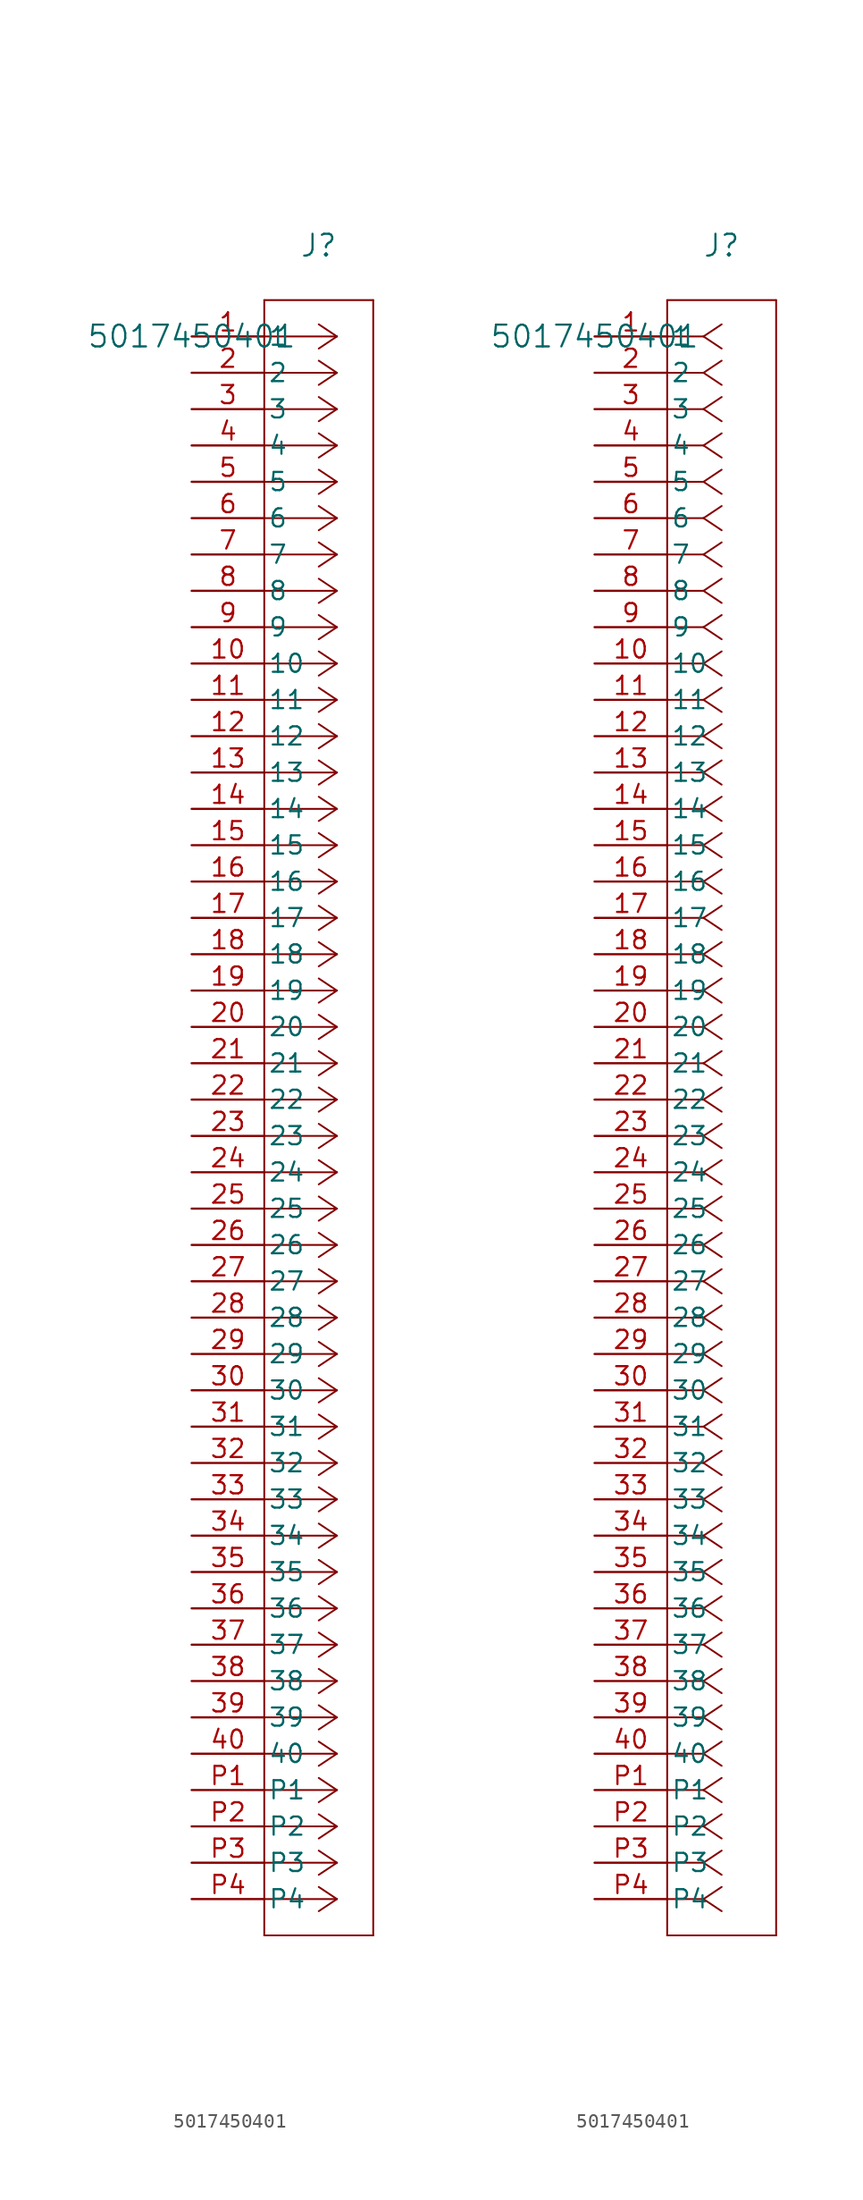
<source format=kicad_sym>
(kicad_symbol_lib
  (version 20211014)
  (generator kicad_symbol_editor)
  (symbol "5017450401"
    (pin_names
      (offset 0.254))
    (property "Reference" "J"
      (at 8.89 6.35 0)
      (effects (font (size 1.524 1.524))))
    (property "Value" "5017450401"
      (at 0 0 0)
      (effects (font (size 1.524 1.524))))
    (symbol "5017450401_1_1"
      (polyline (pts (xy 10.16 0) (xy 5.08 0)) (stroke (width 0.127) (type default) (color 0 0 0 0)) (fill (type none)))
      (polyline (pts (xy 10.16 -2.54) (xy 5.08 -2.54)) (stroke (width 0.127) (type default) (color 0 0 0 0)) (fill (type none)))
      (polyline (pts (xy 10.16 -5.08) (xy 5.08 -5.08)) (stroke (width 0.127) (type default) (color 0 0 0 0)) (fill (type none)))
      (polyline (pts (xy 10.16 -7.62) (xy 5.08 -7.62)) (stroke (width 0.127) (type default) (color 0 0 0 0)) (fill (type none)))
      (polyline (pts (xy 10.16 -10.16) (xy 5.08 -10.16)) (stroke (width 0.127) (type default) (color 0 0 0 0)) (fill (type none)))
      (polyline (pts (xy 10.16 -12.7) (xy 5.08 -12.7)) (stroke (width 0.127) (type default) (color 0 0 0 0)) (fill (type none)))
      (polyline (pts (xy 10.16 -15.24) (xy 5.08 -15.24)) (stroke (width 0.127) (type default) (color 0 0 0 0)) (fill (type none)))
      (polyline (pts (xy 10.16 -17.78) (xy 5.08 -17.78)) (stroke (width 0.127) (type default) (color 0 0 0 0)) (fill (type none)))
      (polyline (pts (xy 10.16 -20.32) (xy 5.08 -20.32)) (stroke (width 0.127) (type default) (color 0 0 0 0)) (fill (type none)))
      (polyline (pts (xy 10.16 -22.86) (xy 5.08 -22.86)) (stroke (width 0.127) (type default) (color 0 0 0 0)) (fill (type none)))
      (polyline (pts (xy 10.16 -25.4) (xy 5.08 -25.4)) (stroke (width 0.127) (type default) (color 0 0 0 0)) (fill (type none)))
      (polyline (pts (xy 10.16 -27.94) (xy 5.08 -27.94)) (stroke (width 0.127) (type default) (color 0 0 0 0)) (fill (type none)))
      (polyline (pts (xy 10.16 -30.48) (xy 5.08 -30.48)) (stroke (width 0.127) (type default) (color 0 0 0 0)) (fill (type none)))
      (polyline (pts (xy 10.16 -33.02) (xy 5.08 -33.02)) (stroke (width 0.127) (type default) (color 0 0 0 0)) (fill (type none)))
      (polyline (pts (xy 10.16 -35.56) (xy 5.08 -35.56)) (stroke (width 0.127) (type default) (color 0 0 0 0)) (fill (type none)))
      (polyline (pts (xy 10.16 -38.1) (xy 5.08 -38.1)) (stroke (width 0.127) (type default) (color 0 0 0 0)) (fill (type none)))
      (polyline (pts (xy 10.16 -40.64) (xy 5.08 -40.64)) (stroke (width 0.127) (type default) (color 0 0 0 0)) (fill (type none)))
      (polyline (pts (xy 10.16 -43.18) (xy 5.08 -43.18)) (stroke (width 0.127) (type default) (color 0 0 0 0)) (fill (type none)))
      (polyline (pts (xy 10.16 -45.72) (xy 5.08 -45.72)) (stroke (width 0.127) (type default) (color 0 0 0 0)) (fill (type none)))
      (polyline (pts (xy 10.16 -48.26) (xy 5.08 -48.26)) (stroke (width 0.127) (type default) (color 0 0 0 0)) (fill (type none)))
      (polyline (pts (xy 10.16 -50.8) (xy 5.08 -50.8)) (stroke (width 0.127) (type default) (color 0 0 0 0)) (fill (type none)))
      (polyline (pts (xy 10.16 -53.34) (xy 5.08 -53.34)) (stroke (width 0.127) (type default) (color 0 0 0 0)) (fill (type none)))
      (polyline (pts (xy 10.16 -55.88) (xy 5.08 -55.88)) (stroke (width 0.127) (type default) (color 0 0 0 0)) (fill (type none)))
      (polyline (pts (xy 10.16 -58.42) (xy 5.08 -58.42)) (stroke (width 0.127) (type default) (color 0 0 0 0)) (fill (type none)))
      (polyline (pts (xy 10.16 -60.96) (xy 5.08 -60.96)) (stroke (width 0.127) (type default) (color 0 0 0 0)) (fill (type none)))
      (polyline (pts (xy 10.16 -63.5) (xy 5.08 -63.5)) (stroke (width 0.127) (type default) (color 0 0 0 0)) (fill (type none)))
      (polyline (pts (xy 10.16 -66.04) (xy 5.08 -66.04)) (stroke (width 0.127) (type default) (color 0 0 0 0)) (fill (type none)))
      (polyline (pts (xy 10.16 -68.58) (xy 5.08 -68.58)) (stroke (width 0.127) (type default) (color 0 0 0 0)) (fill (type none)))
      (polyline (pts (xy 10.16 -71.12) (xy 5.08 -71.12)) (stroke (width 0.127) (type default) (color 0 0 0 0)) (fill (type none)))
      (polyline (pts (xy 10.16 -73.66) (xy 5.08 -73.66)) (stroke (width 0.127) (type default) (color 0 0 0 0)) (fill (type none)))
      (polyline (pts (xy 10.16 -76.2) (xy 5.08 -76.2)) (stroke (width 0.127) (type default) (color 0 0 0 0)) (fill (type none)))
      (polyline (pts (xy 10.16 -78.74) (xy 5.08 -78.74)) (stroke (width 0.127) (type default) (color 0 0 0 0)) (fill (type none)))
      (polyline (pts (xy 10.16 -81.28) (xy 5.08 -81.28)) (stroke (width 0.127) (type default) (color 0 0 0 0)) (fill (type none)))
      (polyline (pts (xy 10.16 -83.82) (xy 5.08 -83.82)) (stroke (width 0.127) (type default) (color 0 0 0 0)) (fill (type none)))
      (polyline (pts (xy 10.16 -86.36) (xy 5.08 -86.36)) (stroke (width 0.127) (type default) (color 0 0 0 0)) (fill (type none)))
      (polyline (pts (xy 10.16 -88.9) (xy 5.08 -88.9)) (stroke (width 0.127) (type default) (color 0 0 0 0)) (fill (type none)))
      (polyline (pts (xy 10.16 -91.44) (xy 5.08 -91.44)) (stroke (width 0.127) (type default) (color 0 0 0 0)) (fill (type none)))
      (polyline (pts (xy 10.16 -93.98) (xy 5.08 -93.98)) (stroke (width 0.127) (type default) (color 0 0 0 0)) (fill (type none)))
      (polyline (pts (xy 10.16 -96.52) (xy 5.08 -96.52)) (stroke (width 0.127) (type default) (color 0 0 0 0)) (fill (type none)))
      (polyline (pts (xy 10.16 -99.06) (xy 5.08 -99.06)) (stroke (width 0.127) (type default) (color 0 0 0 0)) (fill (type none)))
      (polyline (pts (xy 10.16 -101.6) (xy 5.08 -101.6)) (stroke (width 0.127) (type default) (color 0 0 0 0)) (fill (type none)))
      (polyline (pts (xy 10.16 -104.14) (xy 5.08 -104.14)) (stroke (width 0.127) (type default) (color 0 0 0 0)) (fill (type none)))
      (polyline (pts (xy 10.16 -106.68) (xy 5.08 -106.68)) (stroke (width 0.127) (type default) (color 0 0 0 0)) (fill (type none)))
      (polyline (pts (xy 10.16 -109.22) (xy 5.08 -109.22)) (stroke (width 0.127) (type default) (color 0 0 0 0)) (fill (type none)))
      (polyline (pts (xy 10.16 0) (xy 8.89 0.847)) (stroke (width 0.127) (type default) (color 0 0 0 0)) (fill (type none)))
      (polyline (pts (xy 10.16 -2.54) (xy 8.89 -1.693)) (stroke (width 0.127) (type default) (color 0 0 0 0)) (fill (type none)))
      (polyline (pts (xy 10.16 -5.08) (xy 8.89 -4.233)) (stroke (width 0.127) (type default) (color 0 0 0 0)) (fill (type none)))
      (polyline (pts (xy 10.16 -7.62) (xy 8.89 -6.773)) (stroke (width 0.127) (type default) (color 0 0 0 0)) (fill (type none)))
      (polyline (pts (xy 10.16 -10.16) (xy 8.89 -9.313)) (stroke (width 0.127) (type default) (color 0 0 0 0)) (fill (type none)))
      (polyline (pts (xy 10.16 -12.7) (xy 8.89 -11.853)) (stroke (width 0.127) (type default) (color 0 0 0 0)) (fill (type none)))
      (polyline (pts (xy 10.16 -15.24) (xy 8.89 -14.393)) (stroke (width 0.127) (type default) (color 0 0 0 0)) (fill (type none)))
      (polyline (pts (xy 10.16 -17.78) (xy 8.89 -16.933)) (stroke (width 0.127) (type default) (color 0 0 0 0)) (fill (type none)))
      (polyline (pts (xy 10.16 -20.32) (xy 8.89 -19.473)) (stroke (width 0.127) (type default) (color 0 0 0 0)) (fill (type none)))
      (polyline (pts (xy 10.16 -22.86) (xy 8.89 -22.013)) (stroke (width 0.127) (type default) (color 0 0 0 0)) (fill (type none)))
      (polyline (pts (xy 10.16 -25.4) (xy 8.89 -24.553)) (stroke (width 0.127) (type default) (color 0 0 0 0)) (fill (type none)))
      (polyline (pts (xy 10.16 -27.94) (xy 8.89 -27.093)) (stroke (width 0.127) (type default) (color 0 0 0 0)) (fill (type none)))
      (polyline (pts (xy 10.16 -30.48) (xy 8.89 -29.633)) (stroke (width 0.127) (type default) (color 0 0 0 0)) (fill (type none)))
      (polyline (pts (xy 10.16 -33.02) (xy 8.89 -32.173)) (stroke (width 0.127) (type default) (color 0 0 0 0)) (fill (type none)))
      (polyline (pts (xy 10.16 -35.56) (xy 8.89 -34.713)) (stroke (width 0.127) (type default) (color 0 0 0 0)) (fill (type none)))
      (polyline (pts (xy 10.16 -38.1) (xy 8.89 -37.253)) (stroke (width 0.127) (type default) (color 0 0 0 0)) (fill (type none)))
      (polyline (pts (xy 10.16 -40.64) (xy 8.89 -39.793)) (stroke (width 0.127) (type default) (color 0 0 0 0)) (fill (type none)))
      (polyline (pts (xy 10.16 -43.18) (xy 8.89 -42.333)) (stroke (width 0.127) (type default) (color 0 0 0 0)) (fill (type none)))
      (polyline (pts (xy 10.16 -45.72) (xy 8.89 -44.873)) (stroke (width 0.127) (type default) (color 0 0 0 0)) (fill (type none)))
      (polyline (pts (xy 10.16 -48.26) (xy 8.89 -47.413)) (stroke (width 0.127) (type default) (color 0 0 0 0)) (fill (type none)))
      (polyline (pts (xy 10.16 -50.8) (xy 8.89 -49.953)) (stroke (width 0.127) (type default) (color 0 0 0 0)) (fill (type none)))
      (polyline (pts (xy 10.16 -53.34) (xy 8.89 -52.493)) (stroke (width 0.127) (type default) (color 0 0 0 0)) (fill (type none)))
      (polyline (pts (xy 10.16 -55.88) (xy 8.89 -55.033)) (stroke (width 0.127) (type default) (color 0 0 0 0)) (fill (type none)))
      (polyline (pts (xy 10.16 -58.42) (xy 8.89 -57.573)) (stroke (width 0.127) (type default) (color 0 0 0 0)) (fill (type none)))
      (polyline (pts (xy 10.16 -60.96) (xy 8.89 -60.113)) (stroke (width 0.127) (type default) (color 0 0 0 0)) (fill (type none)))
      (polyline (pts (xy 10.16 -63.5) (xy 8.89 -62.653)) (stroke (width 0.127) (type default) (color 0 0 0 0)) (fill (type none)))
      (polyline (pts (xy 10.16 -66.04) (xy 8.89 -65.193)) (stroke (width 0.127) (type default) (color 0 0 0 0)) (fill (type none)))
      (polyline (pts (xy 10.16 -68.58) (xy 8.89 -67.733)) (stroke (width 0.127) (type default) (color 0 0 0 0)) (fill (type none)))
      (polyline (pts (xy 10.16 -71.12) (xy 8.89 -70.273)) (stroke (width 0.127) (type default) (color 0 0 0 0)) (fill (type none)))
      (polyline (pts (xy 10.16 -73.66) (xy 8.89 -72.813)) (stroke (width 0.127) (type default) (color 0 0 0 0)) (fill (type none)))
      (polyline (pts (xy 10.16 -76.2) (xy 8.89 -75.353)) (stroke (width 0.127) (type default) (color 0 0 0 0)) (fill (type none)))
      (polyline (pts (xy 10.16 -78.74) (xy 8.89 -77.893)) (stroke (width 0.127) (type default) (color 0 0 0 0)) (fill (type none)))
      (polyline (pts (xy 10.16 -81.28) (xy 8.89 -80.433)) (stroke (width 0.127) (type default) (color 0 0 0 0)) (fill (type none)))
      (polyline (pts (xy 10.16 -83.82) (xy 8.89 -82.973)) (stroke (width 0.127) (type default) (color 0 0 0 0)) (fill (type none)))
      (polyline (pts (xy 10.16 -86.36) (xy 8.89 -85.513)) (stroke (width 0.127) (type default) (color 0 0 0 0)) (fill (type none)))
      (polyline (pts (xy 10.16 -88.9) (xy 8.89 -88.053)) (stroke (width 0.127) (type default) (color 0 0 0 0)) (fill (type none)))
      (polyline (pts (xy 10.16 -91.44) (xy 8.89 -90.593)) (stroke (width 0.127) (type default) (color 0 0 0 0)) (fill (type none)))
      (polyline (pts (xy 10.16 -93.98) (xy 8.89 -93.133)) (stroke (width 0.127) (type default) (color 0 0 0 0)) (fill (type none)))
      (polyline (pts (xy 10.16 -96.52) (xy 8.89 -95.673)) (stroke (width 0.127) (type default) (color 0 0 0 0)) (fill (type none)))
      (polyline (pts (xy 10.16 -99.06) (xy 8.89 -98.213)) (stroke (width 0.127) (type default) (color 0 0 0 0)) (fill (type none)))
      (polyline (pts (xy 10.16 -101.6) (xy 8.89 -100.753)) (stroke (width 0.127) (type default) (color 0 0 0 0)) (fill (type none)))
      (polyline (pts (xy 10.16 -104.14) (xy 8.89 -103.293)) (stroke (width 0.127) (type default) (color 0 0 0 0)) (fill (type none)))
      (polyline (pts (xy 10.16 -106.68) (xy 8.89 -105.833)) (stroke (width 0.127) (type default) (color 0 0 0 0)) (fill (type none)))
      (polyline (pts (xy 10.16 -109.22) (xy 8.89 -108.373)) (stroke (width 0.127) (type default) (color 0 0 0 0)) (fill (type none)))
      (polyline (pts (xy 10.16 0) (xy 8.89 -0.847)) (stroke (width 0.127) (type default) (color 0 0 0 0)) (fill (type none)))
      (polyline (pts (xy 10.16 -2.54) (xy 8.89 -3.387)) (stroke (width 0.127) (type default) (color 0 0 0 0)) (fill (type none)))
      (polyline (pts (xy 10.16 -5.08) (xy 8.89 -5.927)) (stroke (width 0.127) (type default) (color 0 0 0 0)) (fill (type none)))
      (polyline (pts (xy 10.16 -7.62) (xy 8.89 -8.467)) (stroke (width 0.127) (type default) (color 0 0 0 0)) (fill (type none)))
      (polyline (pts (xy 10.16 -10.16) (xy 8.89 -11.007)) (stroke (width 0.127) (type default) (color 0 0 0 0)) (fill (type none)))
      (polyline (pts (xy 10.16 -12.7) (xy 8.89 -13.547)) (stroke (width 0.127) (type default) (color 0 0 0 0)) (fill (type none)))
      (polyline (pts (xy 10.16 -15.24) (xy 8.89 -16.087)) (stroke (width 0.127) (type default) (color 0 0 0 0)) (fill (type none)))
      (polyline (pts (xy 10.16 -17.78) (xy 8.89 -18.627)) (stroke (width 0.127) (type default) (color 0 0 0 0)) (fill (type none)))
      (polyline (pts (xy 10.16 -20.32) (xy 8.89 -21.167)) (stroke (width 0.127) (type default) (color 0 0 0 0)) (fill (type none)))
      (polyline (pts (xy 10.16 -22.86) (xy 8.89 -23.707)) (stroke (width 0.127) (type default) (color 0 0 0 0)) (fill (type none)))
      (polyline (pts (xy 10.16 -25.4) (xy 8.89 -26.247)) (stroke (width 0.127) (type default) (color 0 0 0 0)) (fill (type none)))
      (polyline (pts (xy 10.16 -27.94) (xy 8.89 -28.787)) (stroke (width 0.127) (type default) (color 0 0 0 0)) (fill (type none)))
      (polyline (pts (xy 10.16 -30.48) (xy 8.89 -31.327)) (stroke (width 0.127) (type default) (color 0 0 0 0)) (fill (type none)))
      (polyline (pts (xy 10.16 -33.02) (xy 8.89 -33.867)) (stroke (width 0.127) (type default) (color 0 0 0 0)) (fill (type none)))
      (polyline (pts (xy 10.16 -35.56) (xy 8.89 -36.407)) (stroke (width 0.127) (type default) (color 0 0 0 0)) (fill (type none)))
      (polyline (pts (xy 10.16 -38.1) (xy 8.89 -38.947)) (stroke (width 0.127) (type default) (color 0 0 0 0)) (fill (type none)))
      (polyline (pts (xy 10.16 -40.64) (xy 8.89 -41.487)) (stroke (width 0.127) (type default) (color 0 0 0 0)) (fill (type none)))
      (polyline (pts (xy 10.16 -43.18) (xy 8.89 -44.027)) (stroke (width 0.127) (type default) (color 0 0 0 0)) (fill (type none)))
      (polyline (pts (xy 10.16 -45.72) (xy 8.89 -46.567)) (stroke (width 0.127) (type default) (color 0 0 0 0)) (fill (type none)))
      (polyline (pts (xy 10.16 -48.26) (xy 8.89 -49.107)) (stroke (width 0.127) (type default) (color 0 0 0 0)) (fill (type none)))
      (polyline (pts (xy 10.16 -50.8) (xy 8.89 -51.647)) (stroke (width 0.127) (type default) (color 0 0 0 0)) (fill (type none)))
      (polyline (pts (xy 10.16 -53.34) (xy 8.89 -54.187)) (stroke (width 0.127) (type default) (color 0 0 0 0)) (fill (type none)))
      (polyline (pts (xy 10.16 -55.88) (xy 8.89 -56.727)) (stroke (width 0.127) (type default) (color 0 0 0 0)) (fill (type none)))
      (polyline (pts (xy 10.16 -58.42) (xy 8.89 -59.267)) (stroke (width 0.127) (type default) (color 0 0 0 0)) (fill (type none)))
      (polyline (pts (xy 10.16 -60.96) (xy 8.89 -61.807)) (stroke (width 0.127) (type default) (color 0 0 0 0)) (fill (type none)))
      (polyline (pts (xy 10.16 -63.5) (xy 8.89 -64.347)) (stroke (width 0.127) (type default) (color 0 0 0 0)) (fill (type none)))
      (polyline (pts (xy 10.16 -66.04) (xy 8.89 -66.887)) (stroke (width 0.127) (type default) (color 0 0 0 0)) (fill (type none)))
      (polyline (pts (xy 10.16 -68.58) (xy 8.89 -69.427)) (stroke (width 0.127) (type default) (color 0 0 0 0)) (fill (type none)))
      (polyline (pts (xy 10.16 -71.12) (xy 8.89 -71.967)) (stroke (width 0.127) (type default) (color 0 0 0 0)) (fill (type none)))
      (polyline (pts (xy 10.16 -73.66) (xy 8.89 -74.507)) (stroke (width 0.127) (type default) (color 0 0 0 0)) (fill (type none)))
      (polyline (pts (xy 10.16 -76.2) (xy 8.89 -77.047)) (stroke (width 0.127) (type default) (color 0 0 0 0)) (fill (type none)))
      (polyline (pts (xy 10.16 -78.74) (xy 8.89 -79.587)) (stroke (width 0.127) (type default) (color 0 0 0 0)) (fill (type none)))
      (polyline (pts (xy 10.16 -81.28) (xy 8.89 -82.127)) (stroke (width 0.127) (type default) (color 0 0 0 0)) (fill (type none)))
      (polyline (pts (xy 10.16 -83.82) (xy 8.89 -84.667)) (stroke (width 0.127) (type default) (color 0 0 0 0)) (fill (type none)))
      (polyline (pts (xy 10.16 -86.36) (xy 8.89 -87.207)) (stroke (width 0.127) (type default) (color 0 0 0 0)) (fill (type none)))
      (polyline (pts (xy 10.16 -88.9) (xy 8.89 -89.747)) (stroke (width 0.127) (type default) (color 0 0 0 0)) (fill (type none)))
      (polyline (pts (xy 10.16 -91.44) (xy 8.89 -92.287)) (stroke (width 0.127) (type default) (color 0 0 0 0)) (fill (type none)))
      (polyline (pts (xy 10.16 -93.98) (xy 8.89 -94.827)) (stroke (width 0.127) (type default) (color 0 0 0 0)) (fill (type none)))
      (polyline (pts (xy 10.16 -96.52) (xy 8.89 -97.367)) (stroke (width 0.127) (type default) (color 0 0 0 0)) (fill (type none)))
      (polyline (pts (xy 10.16 -99.06) (xy 8.89 -99.907)) (stroke (width 0.127) (type default) (color 0 0 0 0)) (fill (type none)))
      (polyline (pts (xy 10.16 -101.6) (xy 8.89 -102.447)) (stroke (width 0.127) (type default) (color 0 0 0 0)) (fill (type none)))
      (polyline (pts (xy 10.16 -104.14) (xy 8.89 -104.987)) (stroke (width 0.127) (type default) (color 0 0 0 0)) (fill (type none)))
      (polyline (pts (xy 10.16 -106.68) (xy 8.89 -107.527)) (stroke (width 0.127) (type default) (color 0 0 0 0)) (fill (type none)))
      (polyline (pts (xy 10.16 -109.22) (xy 8.89 -110.067)) (stroke (width 0.127) (type default) (color 0 0 0 0)) (fill (type none)))
      (polyline (pts (xy 5.08 2.54) (xy 5.08 -111.76)) (stroke (width 0.127) (type default) (color 0 0 0 0)) (fill (type none)))
      (polyline (pts (xy 5.08 -111.76) (xy 12.7 -111.76)) (stroke (width 0.127) (type default) (color 0 0 0 0)) (fill (type none)))
      (polyline (pts (xy 12.7 -111.76) (xy 12.7 2.54)) (stroke (width 0.127) (type default) (color 0 0 0 0)) (fill (type none)))
      (polyline (pts (xy 12.7 2.54) (xy 5.08 2.54)) (stroke (width 0.127) (type default) (color 0 0 0 0)) (fill (type none)))
      (pin unspecified line (at 0 0 0) (length 5.08) (name "1" (effects (font (size 1.27 1.27)))) (number "1" (effects (font (size 1.27 1.27)))))
      (pin unspecified line (at 0 -2.54 0) (length 5.08) (name "2" (effects (font (size 1.27 1.27)))) (number "2" (effects (font (size 1.27 1.27)))))
      (pin unspecified line (at 0 -5.08 0) (length 5.08) (name "3" (effects (font (size 1.27 1.27)))) (number "3" (effects (font (size 1.27 1.27)))))
      (pin unspecified line (at 0 -7.62 0) (length 5.08) (name "4" (effects (font (size 1.27 1.27)))) (number "4" (effects (font (size 1.27 1.27)))))
      (pin unspecified line (at 0 -10.16 0) (length 5.08) (name "5" (effects (font (size 1.27 1.27)))) (number "5" (effects (font (size 1.27 1.27)))))
      (pin unspecified line (at 0 -12.7 0) (length 5.08) (name "6" (effects (font (size 1.27 1.27)))) (number "6" (effects (font (size 1.27 1.27)))))
      (pin unspecified line (at 0 -15.24 0) (length 5.08) (name "7" (effects (font (size 1.27 1.27)))) (number "7" (effects (font (size 1.27 1.27)))))
      (pin unspecified line (at 0 -17.78 0) (length 5.08) (name "8" (effects (font (size 1.27 1.27)))) (number "8" (effects (font (size 1.27 1.27)))))
      (pin unspecified line (at 0 -20.32 0) (length 5.08) (name "9" (effects (font (size 1.27 1.27)))) (number "9" (effects (font (size 1.27 1.27)))))
      (pin unspecified line (at 0 -22.86 0) (length 5.08) (name "10" (effects (font (size 1.27 1.27)))) (number "10" (effects (font (size 1.27 1.27)))))
      (pin unspecified line (at 0 -25.4 0) (length 5.08) (name "11" (effects (font (size 1.27 1.27)))) (number "11" (effects (font (size 1.27 1.27)))))
      (pin unspecified line (at 0 -27.94 0) (length 5.08) (name "12" (effects (font (size 1.27 1.27)))) (number "12" (effects (font (size 1.27 1.27)))))
      (pin unspecified line (at 0 -30.48 0) (length 5.08) (name "13" (effects (font (size 1.27 1.27)))) (number "13" (effects (font (size 1.27 1.27)))))
      (pin unspecified line (at 0 -33.02 0) (length 5.08) (name "14" (effects (font (size 1.27 1.27)))) (number "14" (effects (font (size 1.27 1.27)))))
      (pin unspecified line (at 0 -35.56 0) (length 5.08) (name "15" (effects (font (size 1.27 1.27)))) (number "15" (effects (font (size 1.27 1.27)))))
      (pin unspecified line (at 0 -38.1 0) (length 5.08) (name "16" (effects (font (size 1.27 1.27)))) (number "16" (effects (font (size 1.27 1.27)))))
      (pin unspecified line (at 0 -40.64 0) (length 5.08) (name "17" (effects (font (size 1.27 1.27)))) (number "17" (effects (font (size 1.27 1.27)))))
      (pin unspecified line (at 0 -43.18 0) (length 5.08) (name "18" (effects (font (size 1.27 1.27)))) (number "18" (effects (font (size 1.27 1.27)))))
      (pin unspecified line (at 0 -45.72 0) (length 5.08) (name "19" (effects (font (size 1.27 1.27)))) (number "19" (effects (font (size 1.27 1.27)))))
      (pin unspecified line (at 0 -48.26 0) (length 5.08) (name "20" (effects (font (size 1.27 1.27)))) (number "20" (effects (font (size 1.27 1.27)))))
      (pin unspecified line (at 0 -50.8 0) (length 5.08) (name "21" (effects (font (size 1.27 1.27)))) (number "21" (effects (font (size 1.27 1.27)))))
      (pin unspecified line (at 0 -53.34 0) (length 5.08) (name "22" (effects (font (size 1.27 1.27)))) (number "22" (effects (font (size 1.27 1.27)))))
      (pin unspecified line (at 0 -55.88 0) (length 5.08) (name "23" (effects (font (size 1.27 1.27)))) (number "23" (effects (font (size 1.27 1.27)))))
      (pin unspecified line (at 0 -58.42 0) (length 5.08) (name "24" (effects (font (size 1.27 1.27)))) (number "24" (effects (font (size 1.27 1.27)))))
      (pin unspecified line (at 0 -60.96 0) (length 5.08) (name "25" (effects (font (size 1.27 1.27)))) (number "25" (effects (font (size 1.27 1.27)))))
      (pin unspecified line (at 0 -63.5 0) (length 5.08) (name "26" (effects (font (size 1.27 1.27)))) (number "26" (effects (font (size 1.27 1.27)))))
      (pin unspecified line (at 0 -66.04 0) (length 5.08) (name "27" (effects (font (size 1.27 1.27)))) (number "27" (effects (font (size 1.27 1.27)))))
      (pin unspecified line (at 0 -68.58 0) (length 5.08) (name "28" (effects (font (size 1.27 1.27)))) (number "28" (effects (font (size 1.27 1.27)))))
      (pin unspecified line (at 0 -71.12 0) (length 5.08) (name "29" (effects (font (size 1.27 1.27)))) (number "29" (effects (font (size 1.27 1.27)))))
      (pin unspecified line (at 0 -73.66 0) (length 5.08) (name "30" (effects (font (size 1.27 1.27)))) (number "30" (effects (font (size 1.27 1.27)))))
      (pin unspecified line (at 0 -76.2 0) (length 5.08) (name "31" (effects (font (size 1.27 1.27)))) (number "31" (effects (font (size 1.27 1.27)))))
      (pin unspecified line (at 0 -78.74 0) (length 5.08) (name "32" (effects (font (size 1.27 1.27)))) (number "32" (effects (font (size 1.27 1.27)))))
      (pin unspecified line (at 0 -81.28 0) (length 5.08) (name "33" (effects (font (size 1.27 1.27)))) (number "33" (effects (font (size 1.27 1.27)))))
      (pin unspecified line (at 0 -83.82 0) (length 5.08) (name "34" (effects (font (size 1.27 1.27)))) (number "34" (effects (font (size 1.27 1.27)))))
      (pin unspecified line (at 0 -86.36 0) (length 5.08) (name "35" (effects (font (size 1.27 1.27)))) (number "35" (effects (font (size 1.27 1.27)))))
      (pin unspecified line (at 0 -88.9 0) (length 5.08) (name "36" (effects (font (size 1.27 1.27)))) (number "36" (effects (font (size 1.27 1.27)))))
      (pin unspecified line (at 0 -91.44 0) (length 5.08) (name "37" (effects (font (size 1.27 1.27)))) (number "37" (effects (font (size 1.27 1.27)))))
      (pin unspecified line (at 0 -93.98 0) (length 5.08) (name "38" (effects (font (size 1.27 1.27)))) (number "38" (effects (font (size 1.27 1.27)))))
      (pin unspecified line (at 0 -96.52 0) (length 5.08) (name "39" (effects (font (size 1.27 1.27)))) (number "39" (effects (font (size 1.27 1.27)))))
      (pin unspecified line (at 0 -99.06 0) (length 5.08) (name "40" (effects (font (size 1.27 1.27)))) (number "40" (effects (font (size 1.27 1.27)))))
      (pin unspecified line (at 0 -101.6 0) (length 5.08) (name "P1" (effects (font (size 1.27 1.27)))) (number "P1" (effects (font (size 1.27 1.27)))))
      (pin unspecified line (at 0 -104.14 0) (length 5.08) (name "P2" (effects (font (size 1.27 1.27)))) (number "P2" (effects (font (size 1.27 1.27)))))
      (pin unspecified line (at 0 -106.68 0) (length 5.08) (name "P3" (effects (font (size 1.27 1.27)))) (number "P3" (effects (font (size 1.27 1.27)))))
      (pin unspecified line (at 0 -109.22 0) (length 5.08) (name "P4" (effects (font (size 1.27 1.27)))) (number "P4" (effects (font (size 1.27 1.27))))))
    (symbol "5017450401_1_2"
      (polyline (pts (xy 7.62 0) (xy 5.08 0)) (stroke (width 0.127) (type default) (color 0 0 0 0)) (fill (type none)))
      (polyline (pts (xy 7.62 -2.54) (xy 5.08 -2.54)) (stroke (width 0.127) (type default) (color 0 0 0 0)) (fill (type none)))
      (polyline (pts (xy 7.62 -5.08) (xy 5.08 -5.08)) (stroke (width 0.127) (type default) (color 0 0 0 0)) (fill (type none)))
      (polyline (pts (xy 7.62 -7.62) (xy 5.08 -7.62)) (stroke (width 0.127) (type default) (color 0 0 0 0)) (fill (type none)))
      (polyline (pts (xy 7.62 -10.16) (xy 5.08 -10.16)) (stroke (width 0.127) (type default) (color 0 0 0 0)) (fill (type none)))
      (polyline (pts (xy 7.62 -12.7) (xy 5.08 -12.7)) (stroke (width 0.127) (type default) (color 0 0 0 0)) (fill (type none)))
      (polyline (pts (xy 7.62 -15.24) (xy 5.08 -15.24)) (stroke (width 0.127) (type default) (color 0 0 0 0)) (fill (type none)))
      (polyline (pts (xy 7.62 -17.78) (xy 5.08 -17.78)) (stroke (width 0.127) (type default) (color 0 0 0 0)) (fill (type none)))
      (polyline (pts (xy 7.62 -20.32) (xy 5.08 -20.32)) (stroke (width 0.127) (type default) (color 0 0 0 0)) (fill (type none)))
      (polyline (pts (xy 7.62 -22.86) (xy 5.08 -22.86)) (stroke (width 0.127) (type default) (color 0 0 0 0)) (fill (type none)))
      (polyline (pts (xy 7.62 -25.4) (xy 5.08 -25.4)) (stroke (width 0.127) (type default) (color 0 0 0 0)) (fill (type none)))
      (polyline (pts (xy 7.62 -27.94) (xy 5.08 -27.94)) (stroke (width 0.127) (type default) (color 0 0 0 0)) (fill (type none)))
      (polyline (pts (xy 7.62 -30.48) (xy 5.08 -30.48)) (stroke (width 0.127) (type default) (color 0 0 0 0)) (fill (type none)))
      (polyline (pts (xy 7.62 -33.02) (xy 5.08 -33.02)) (stroke (width 0.127) (type default) (color 0 0 0 0)) (fill (type none)))
      (polyline (pts (xy 7.62 -35.56) (xy 5.08 -35.56)) (stroke (width 0.127) (type default) (color 0 0 0 0)) (fill (type none)))
      (polyline (pts (xy 7.62 -38.1) (xy 5.08 -38.1)) (stroke (width 0.127) (type default) (color 0 0 0 0)) (fill (type none)))
      (polyline (pts (xy 7.62 -40.64) (xy 5.08 -40.64)) (stroke (width 0.127) (type default) (color 0 0 0 0)) (fill (type none)))
      (polyline (pts (xy 7.62 -43.18) (xy 5.08 -43.18)) (stroke (width 0.127) (type default) (color 0 0 0 0)) (fill (type none)))
      (polyline (pts (xy 7.62 -45.72) (xy 5.08 -45.72)) (stroke (width 0.127) (type default) (color 0 0 0 0)) (fill (type none)))
      (polyline (pts (xy 7.62 -48.26) (xy 5.08 -48.26)) (stroke (width 0.127) (type default) (color 0 0 0 0)) (fill (type none)))
      (polyline (pts (xy 7.62 -50.8) (xy 5.08 -50.8)) (stroke (width 0.127) (type default) (color 0 0 0 0)) (fill (type none)))
      (polyline (pts (xy 7.62 -53.34) (xy 5.08 -53.34)) (stroke (width 0.127) (type default) (color 0 0 0 0)) (fill (type none)))
      (polyline (pts (xy 7.62 -55.88) (xy 5.08 -55.88)) (stroke (width 0.127) (type default) (color 0 0 0 0)) (fill (type none)))
      (polyline (pts (xy 7.62 -58.42) (xy 5.08 -58.42)) (stroke (width 0.127) (type default) (color 0 0 0 0)) (fill (type none)))
      (polyline (pts (xy 7.62 -60.96) (xy 5.08 -60.96)) (stroke (width 0.127) (type default) (color 0 0 0 0)) (fill (type none)))
      (polyline (pts (xy 7.62 -63.5) (xy 5.08 -63.5)) (stroke (width 0.127) (type default) (color 0 0 0 0)) (fill (type none)))
      (polyline (pts (xy 7.62 -66.04) (xy 5.08 -66.04)) (stroke (width 0.127) (type default) (color 0 0 0 0)) (fill (type none)))
      (polyline (pts (xy 7.62 -68.58) (xy 5.08 -68.58)) (stroke (width 0.127) (type default) (color 0 0 0 0)) (fill (type none)))
      (polyline (pts (xy 7.62 -71.12) (xy 5.08 -71.12)) (stroke (width 0.127) (type default) (color 0 0 0 0)) (fill (type none)))
      (polyline (pts (xy 7.62 -73.66) (xy 5.08 -73.66)) (stroke (width 0.127) (type default) (color 0 0 0 0)) (fill (type none)))
      (polyline (pts (xy 7.62 -76.2) (xy 5.08 -76.2)) (stroke (width 0.127) (type default) (color 0 0 0 0)) (fill (type none)))
      (polyline (pts (xy 7.62 -78.74) (xy 5.08 -78.74)) (stroke (width 0.127) (type default) (color 0 0 0 0)) (fill (type none)))
      (polyline (pts (xy 7.62 -81.28) (xy 5.08 -81.28)) (stroke (width 0.127) (type default) (color 0 0 0 0)) (fill (type none)))
      (polyline (pts (xy 7.62 -83.82) (xy 5.08 -83.82)) (stroke (width 0.127) (type default) (color 0 0 0 0)) (fill (type none)))
      (polyline (pts (xy 7.62 -86.36) (xy 5.08 -86.36)) (stroke (width 0.127) (type default) (color 0 0 0 0)) (fill (type none)))
      (polyline (pts (xy 7.62 -88.9) (xy 5.08 -88.9)) (stroke (width 0.127) (type default) (color 0 0 0 0)) (fill (type none)))
      (polyline (pts (xy 7.62 -91.44) (xy 5.08 -91.44)) (stroke (width 0.127) (type default) (color 0 0 0 0)) (fill (type none)))
      (polyline (pts (xy 7.62 -93.98) (xy 5.08 -93.98)) (stroke (width 0.127) (type default) (color 0 0 0 0)) (fill (type none)))
      (polyline (pts (xy 7.62 -96.52) (xy 5.08 -96.52)) (stroke (width 0.127) (type default) (color 0 0 0 0)) (fill (type none)))
      (polyline (pts (xy 7.62 -99.06) (xy 5.08 -99.06)) (stroke (width 0.127) (type default) (color 0 0 0 0)) (fill (type none)))
      (polyline (pts (xy 7.62 -101.6) (xy 5.08 -101.6)) (stroke (width 0.127) (type default) (color 0 0 0 0)) (fill (type none)))
      (polyline (pts (xy 7.62 -104.14) (xy 5.08 -104.14)) (stroke (width 0.127) (type default) (color 0 0 0 0)) (fill (type none)))
      (polyline (pts (xy 7.62 -106.68) (xy 5.08 -106.68)) (stroke (width 0.127) (type default) (color 0 0 0 0)) (fill (type none)))
      (polyline (pts (xy 7.62 -109.22) (xy 5.08 -109.22)) (stroke (width 0.127) (type default) (color 0 0 0 0)) (fill (type none)))
      (polyline (pts (xy 7.62 0) (xy 8.89 0.847)) (stroke (width 0.127) (type default) (color 0 0 0 0)) (fill (type none)))
      (polyline (pts (xy 7.62 -2.54) (xy 8.89 -1.693)) (stroke (width 0.127) (type default) (color 0 0 0 0)) (fill (type none)))
      (polyline (pts (xy 7.62 -5.08) (xy 8.89 -4.233)) (stroke (width 0.127) (type default) (color 0 0 0 0)) (fill (type none)))
      (polyline (pts (xy 7.62 -7.62) (xy 8.89 -6.773)) (stroke (width 0.127) (type default) (color 0 0 0 0)) (fill (type none)))
      (polyline (pts (xy 7.62 -10.16) (xy 8.89 -9.313)) (stroke (width 0.127) (type default) (color 0 0 0 0)) (fill (type none)))
      (polyline (pts (xy 7.62 -12.7) (xy 8.89 -11.853)) (stroke (width 0.127) (type default) (color 0 0 0 0)) (fill (type none)))
      (polyline (pts (xy 7.62 -15.24) (xy 8.89 -14.393)) (stroke (width 0.127) (type default) (color 0 0 0 0)) (fill (type none)))
      (polyline (pts (xy 7.62 -17.78) (xy 8.89 -16.933)) (stroke (width 0.127) (type default) (color 0 0 0 0)) (fill (type none)))
      (polyline (pts (xy 7.62 -20.32) (xy 8.89 -19.473)) (stroke (width 0.127) (type default) (color 0 0 0 0)) (fill (type none)))
      (polyline (pts (xy 7.62 -22.86) (xy 8.89 -22.013)) (stroke (width 0.127) (type default) (color 0 0 0 0)) (fill (type none)))
      (polyline (pts (xy 7.62 -25.4) (xy 8.89 -24.553)) (stroke (width 0.127) (type default) (color 0 0 0 0)) (fill (type none)))
      (polyline (pts (xy 7.62 -27.94) (xy 8.89 -27.093)) (stroke (width 0.127) (type default) (color 0 0 0 0)) (fill (type none)))
      (polyline (pts (xy 7.62 -30.48) (xy 8.89 -29.633)) (stroke (width 0.127) (type default) (color 0 0 0 0)) (fill (type none)))
      (polyline (pts (xy 7.62 -33.02) (xy 8.89 -32.173)) (stroke (width 0.127) (type default) (color 0 0 0 0)) (fill (type none)))
      (polyline (pts (xy 7.62 -35.56) (xy 8.89 -34.713)) (stroke (width 0.127) (type default) (color 0 0 0 0)) (fill (type none)))
      (polyline (pts (xy 7.62 -38.1) (xy 8.89 -37.253)) (stroke (width 0.127) (type default) (color 0 0 0 0)) (fill (type none)))
      (polyline (pts (xy 7.62 -40.64) (xy 8.89 -39.793)) (stroke (width 0.127) (type default) (color 0 0 0 0)) (fill (type none)))
      (polyline (pts (xy 7.62 -43.18) (xy 8.89 -42.333)) (stroke (width 0.127) (type default) (color 0 0 0 0)) (fill (type none)))
      (polyline (pts (xy 7.62 -45.72) (xy 8.89 -44.873)) (stroke (width 0.127) (type default) (color 0 0 0 0)) (fill (type none)))
      (polyline (pts (xy 7.62 -48.26) (xy 8.89 -47.413)) (stroke (width 0.127) (type default) (color 0 0 0 0)) (fill (type none)))
      (polyline (pts (xy 7.62 -50.8) (xy 8.89 -49.953)) (stroke (width 0.127) (type default) (color 0 0 0 0)) (fill (type none)))
      (polyline (pts (xy 7.62 -53.34) (xy 8.89 -52.493)) (stroke (width 0.127) (type default) (color 0 0 0 0)) (fill (type none)))
      (polyline (pts (xy 7.62 -55.88) (xy 8.89 -55.033)) (stroke (width 0.127) (type default) (color 0 0 0 0)) (fill (type none)))
      (polyline (pts (xy 7.62 -58.42) (xy 8.89 -57.573)) (stroke (width 0.127) (type default) (color 0 0 0 0)) (fill (type none)))
      (polyline (pts (xy 7.62 -60.96) (xy 8.89 -60.113)) (stroke (width 0.127) (type default) (color 0 0 0 0)) (fill (type none)))
      (polyline (pts (xy 7.62 -63.5) (xy 8.89 -62.653)) (stroke (width 0.127) (type default) (color 0 0 0 0)) (fill (type none)))
      (polyline (pts (xy 7.62 -66.04) (xy 8.89 -65.193)) (stroke (width 0.127) (type default) (color 0 0 0 0)) (fill (type none)))
      (polyline (pts (xy 7.62 -68.58) (xy 8.89 -67.733)) (stroke (width 0.127) (type default) (color 0 0 0 0)) (fill (type none)))
      (polyline (pts (xy 7.62 -71.12) (xy 8.89 -70.273)) (stroke (width 0.127) (type default) (color 0 0 0 0)) (fill (type none)))
      (polyline (pts (xy 7.62 -73.66) (xy 8.89 -72.813)) (stroke (width 0.127) (type default) (color 0 0 0 0)) (fill (type none)))
      (polyline (pts (xy 7.62 -76.2) (xy 8.89 -75.353)) (stroke (width 0.127) (type default) (color 0 0 0 0)) (fill (type none)))
      (polyline (pts (xy 7.62 -78.74) (xy 8.89 -77.893)) (stroke (width 0.127) (type default) (color 0 0 0 0)) (fill (type none)))
      (polyline (pts (xy 7.62 -81.28) (xy 8.89 -80.433)) (stroke (width 0.127) (type default) (color 0 0 0 0)) (fill (type none)))
      (polyline (pts (xy 7.62 -83.82) (xy 8.89 -82.973)) (stroke (width 0.127) (type default) (color 0 0 0 0)) (fill (type none)))
      (polyline (pts (xy 7.62 -86.36) (xy 8.89 -85.513)) (stroke (width 0.127) (type default) (color 0 0 0 0)) (fill (type none)))
      (polyline (pts (xy 7.62 -88.9) (xy 8.89 -88.053)) (stroke (width 0.127) (type default) (color 0 0 0 0)) (fill (type none)))
      (polyline (pts (xy 7.62 -91.44) (xy 8.89 -90.593)) (stroke (width 0.127) (type default) (color 0 0 0 0)) (fill (type none)))
      (polyline (pts (xy 7.62 -93.98) (xy 8.89 -93.133)) (stroke (width 0.127) (type default) (color 0 0 0 0)) (fill (type none)))
      (polyline (pts (xy 7.62 -96.52) (xy 8.89 -95.673)) (stroke (width 0.127) (type default) (color 0 0 0 0)) (fill (type none)))
      (polyline (pts (xy 7.62 -99.06) (xy 8.89 -98.213)) (stroke (width 0.127) (type default) (color 0 0 0 0)) (fill (type none)))
      (polyline (pts (xy 7.62 -101.6) (xy 8.89 -100.753)) (stroke (width 0.127) (type default) (color 0 0 0 0)) (fill (type none)))
      (polyline (pts (xy 7.62 -104.14) (xy 8.89 -103.293)) (stroke (width 0.127) (type default) (color 0 0 0 0)) (fill (type none)))
      (polyline (pts (xy 7.62 -106.68) (xy 8.89 -105.833)) (stroke (width 0.127) (type default) (color 0 0 0 0)) (fill (type none)))
      (polyline (pts (xy 7.62 -109.22) (xy 8.89 -108.373)) (stroke (width 0.127) (type default) (color 0 0 0 0)) (fill (type none)))
      (polyline (pts (xy 7.62 0) (xy 8.89 -0.847)) (stroke (width 0.127) (type default) (color 0 0 0 0)) (fill (type none)))
      (polyline (pts (xy 7.62 -2.54) (xy 8.89 -3.387)) (stroke (width 0.127) (type default) (color 0 0 0 0)) (fill (type none)))
      (polyline (pts (xy 7.62 -5.08) (xy 8.89 -5.927)) (stroke (width 0.127) (type default) (color 0 0 0 0)) (fill (type none)))
      (polyline (pts (xy 7.62 -7.62) (xy 8.89 -8.467)) (stroke (width 0.127) (type default) (color 0 0 0 0)) (fill (type none)))
      (polyline (pts (xy 7.62 -10.16) (xy 8.89 -11.007)) (stroke (width 0.127) (type default) (color 0 0 0 0)) (fill (type none)))
      (polyline (pts (xy 7.62 -12.7) (xy 8.89 -13.547)) (stroke (width 0.127) (type default) (color 0 0 0 0)) (fill (type none)))
      (polyline (pts (xy 7.62 -15.24) (xy 8.89 -16.087)) (stroke (width 0.127) (type default) (color 0 0 0 0)) (fill (type none)))
      (polyline (pts (xy 7.62 -17.78) (xy 8.89 -18.627)) (stroke (width 0.127) (type default) (color 0 0 0 0)) (fill (type none)))
      (polyline (pts (xy 7.62 -20.32) (xy 8.89 -21.167)) (stroke (width 0.127) (type default) (color 0 0 0 0)) (fill (type none)))
      (polyline (pts (xy 7.62 -22.86) (xy 8.89 -23.707)) (stroke (width 0.127) (type default) (color 0 0 0 0)) (fill (type none)))
      (polyline (pts (xy 7.62 -25.4) (xy 8.89 -26.247)) (stroke (width 0.127) (type default) (color 0 0 0 0)) (fill (type none)))
      (polyline (pts (xy 7.62 -27.94) (xy 8.89 -28.787)) (stroke (width 0.127) (type default) (color 0 0 0 0)) (fill (type none)))
      (polyline (pts (xy 7.62 -30.48) (xy 8.89 -31.327)) (stroke (width 0.127) (type default) (color 0 0 0 0)) (fill (type none)))
      (polyline (pts (xy 7.62 -33.02) (xy 8.89 -33.867)) (stroke (width 0.127) (type default) (color 0 0 0 0)) (fill (type none)))
      (polyline (pts (xy 7.62 -35.56) (xy 8.89 -36.407)) (stroke (width 0.127) (type default) (color 0 0 0 0)) (fill (type none)))
      (polyline (pts (xy 7.62 -38.1) (xy 8.89 -38.947)) (stroke (width 0.127) (type default) (color 0 0 0 0)) (fill (type none)))
      (polyline (pts (xy 7.62 -40.64) (xy 8.89 -41.487)) (stroke (width 0.127) (type default) (color 0 0 0 0)) (fill (type none)))
      (polyline (pts (xy 7.62 -43.18) (xy 8.89 -44.027)) (stroke (width 0.127) (type default) (color 0 0 0 0)) (fill (type none)))
      (polyline (pts (xy 7.62 -45.72) (xy 8.89 -46.567)) (stroke (width 0.127) (type default) (color 0 0 0 0)) (fill (type none)))
      (polyline (pts (xy 7.62 -48.26) (xy 8.89 -49.107)) (stroke (width 0.127) (type default) (color 0 0 0 0)) (fill (type none)))
      (polyline (pts (xy 7.62 -50.8) (xy 8.89 -51.647)) (stroke (width 0.127) (type default) (color 0 0 0 0)) (fill (type none)))
      (polyline (pts (xy 7.62 -53.34) (xy 8.89 -54.187)) (stroke (width 0.127) (type default) (color 0 0 0 0)) (fill (type none)))
      (polyline (pts (xy 7.62 -55.88) (xy 8.89 -56.727)) (stroke (width 0.127) (type default) (color 0 0 0 0)) (fill (type none)))
      (polyline (pts (xy 7.62 -58.42) (xy 8.89 -59.267)) (stroke (width 0.127) (type default) (color 0 0 0 0)) (fill (type none)))
      (polyline (pts (xy 7.62 -60.96) (xy 8.89 -61.807)) (stroke (width 0.127) (type default) (color 0 0 0 0)) (fill (type none)))
      (polyline (pts (xy 7.62 -63.5) (xy 8.89 -64.347)) (stroke (width 0.127) (type default) (color 0 0 0 0)) (fill (type none)))
      (polyline (pts (xy 7.62 -66.04) (xy 8.89 -66.887)) (stroke (width 0.127) (type default) (color 0 0 0 0)) (fill (type none)))
      (polyline (pts (xy 7.62 -68.58) (xy 8.89 -69.427)) (stroke (width 0.127) (type default) (color 0 0 0 0)) (fill (type none)))
      (polyline (pts (xy 7.62 -71.12) (xy 8.89 -71.967)) (stroke (width 0.127) (type default) (color 0 0 0 0)) (fill (type none)))
      (polyline (pts (xy 7.62 -73.66) (xy 8.89 -74.507)) (stroke (width 0.127) (type default) (color 0 0 0 0)) (fill (type none)))
      (polyline (pts (xy 7.62 -76.2) (xy 8.89 -77.047)) (stroke (width 0.127) (type default) (color 0 0 0 0)) (fill (type none)))
      (polyline (pts (xy 7.62 -78.74) (xy 8.89 -79.587)) (stroke (width 0.127) (type default) (color 0 0 0 0)) (fill (type none)))
      (polyline (pts (xy 7.62 -81.28) (xy 8.89 -82.127)) (stroke (width 0.127) (type default) (color 0 0 0 0)) (fill (type none)))
      (polyline (pts (xy 7.62 -83.82) (xy 8.89 -84.667)) (stroke (width 0.127) (type default) (color 0 0 0 0)) (fill (type none)))
      (polyline (pts (xy 7.62 -86.36) (xy 8.89 -87.207)) (stroke (width 0.127) (type default) (color 0 0 0 0)) (fill (type none)))
      (polyline (pts (xy 7.62 -88.9) (xy 8.89 -89.747)) (stroke (width 0.127) (type default) (color 0 0 0 0)) (fill (type none)))
      (polyline (pts (xy 7.62 -91.44) (xy 8.89 -92.287)) (stroke (width 0.127) (type default) (color 0 0 0 0)) (fill (type none)))
      (polyline (pts (xy 7.62 -93.98) (xy 8.89 -94.827)) (stroke (width 0.127) (type default) (color 0 0 0 0)) (fill (type none)))
      (polyline (pts (xy 7.62 -96.52) (xy 8.89 -97.367)) (stroke (width 0.127) (type default) (color 0 0 0 0)) (fill (type none)))
      (polyline (pts (xy 7.62 -99.06) (xy 8.89 -99.907)) (stroke (width 0.127) (type default) (color 0 0 0 0)) (fill (type none)))
      (polyline (pts (xy 7.62 -101.6) (xy 8.89 -102.447)) (stroke (width 0.127) (type default) (color 0 0 0 0)) (fill (type none)))
      (polyline (pts (xy 7.62 -104.14) (xy 8.89 -104.987)) (stroke (width 0.127) (type default) (color 0 0 0 0)) (fill (type none)))
      (polyline (pts (xy 7.62 -106.68) (xy 8.89 -107.527)) (stroke (width 0.127) (type default) (color 0 0 0 0)) (fill (type none)))
      (polyline (pts (xy 7.62 -109.22) (xy 8.89 -110.067)) (stroke (width 0.127) (type default) (color 0 0 0 0)) (fill (type none)))
      (polyline (pts (xy 5.08 2.54) (xy 5.08 -111.76)) (stroke (width 0.127) (type default) (color 0 0 0 0)) (fill (type none)))
      (polyline (pts (xy 5.08 -111.76) (xy 12.7 -111.76)) (stroke (width 0.127) (type default) (color 0 0 0 0)) (fill (type none)))
      (polyline (pts (xy 12.7 -111.76) (xy 12.7 2.54)) (stroke (width 0.127) (type default) (color 0 0 0 0)) (fill (type none)))
      (polyline (pts (xy 12.7 2.54) (xy 5.08 2.54)) (stroke (width 0.127) (type default) (color 0 0 0 0)) (fill (type none)))
      (pin unspecified line (at 0 0 0) (length 5.08) (name "1" (effects (font (size 1.27 1.27)))) (number "1" (effects (font (size 1.27 1.27)))))
      (pin unspecified line (at 0 -2.54 0) (length 5.08) (name "2" (effects (font (size 1.27 1.27)))) (number "2" (effects (font (size 1.27 1.27)))))
      (pin unspecified line (at 0 -5.08 0) (length 5.08) (name "3" (effects (font (size 1.27 1.27)))) (number "3" (effects (font (size 1.27 1.27)))))
      (pin unspecified line (at 0 -7.62 0) (length 5.08) (name "4" (effects (font (size 1.27 1.27)))) (number "4" (effects (font (size 1.27 1.27)))))
      (pin unspecified line (at 0 -10.16 0) (length 5.08) (name "5" (effects (font (size 1.27 1.27)))) (number "5" (effects (font (size 1.27 1.27)))))
      (pin unspecified line (at 0 -12.7 0) (length 5.08) (name "6" (effects (font (size 1.27 1.27)))) (number "6" (effects (font (size 1.27 1.27)))))
      (pin unspecified line (at 0 -15.24 0) (length 5.08) (name "7" (effects (font (size 1.27 1.27)))) (number "7" (effects (font (size 1.27 1.27)))))
      (pin unspecified line (at 0 -17.78 0) (length 5.08) (name "8" (effects (font (size 1.27 1.27)))) (number "8" (effects (font (size 1.27 1.27)))))
      (pin unspecified line (at 0 -20.32 0) (length 5.08) (name "9" (effects (font (size 1.27 1.27)))) (number "9" (effects (font (size 1.27 1.27)))))
      (pin unspecified line (at 0 -22.86 0) (length 5.08) (name "10" (effects (font (size 1.27 1.27)))) (number "10" (effects (font (size 1.27 1.27)))))
      (pin unspecified line (at 0 -25.4 0) (length 5.08) (name "11" (effects (font (size 1.27 1.27)))) (number "11" (effects (font (size 1.27 1.27)))))
      (pin unspecified line (at 0 -27.94 0) (length 5.08) (name "12" (effects (font (size 1.27 1.27)))) (number "12" (effects (font (size 1.27 1.27)))))
      (pin unspecified line (at 0 -30.48 0) (length 5.08) (name "13" (effects (font (size 1.27 1.27)))) (number "13" (effects (font (size 1.27 1.27)))))
      (pin unspecified line (at 0 -33.02 0) (length 5.08) (name "14" (effects (font (size 1.27 1.27)))) (number "14" (effects (font (size 1.27 1.27)))))
      (pin unspecified line (at 0 -35.56 0) (length 5.08) (name "15" (effects (font (size 1.27 1.27)))) (number "15" (effects (font (size 1.27 1.27)))))
      (pin unspecified line (at 0 -38.1 0) (length 5.08) (name "16" (effects (font (size 1.27 1.27)))) (number "16" (effects (font (size 1.27 1.27)))))
      (pin unspecified line (at 0 -40.64 0) (length 5.08) (name "17" (effects (font (size 1.27 1.27)))) (number "17" (effects (font (size 1.27 1.27)))))
      (pin unspecified line (at 0 -43.18 0) (length 5.08) (name "18" (effects (font (size 1.27 1.27)))) (number "18" (effects (font (size 1.27 1.27)))))
      (pin unspecified line (at 0 -45.72 0) (length 5.08) (name "19" (effects (font (size 1.27 1.27)))) (number "19" (effects (font (size 1.27 1.27)))))
      (pin unspecified line (at 0 -48.26 0) (length 5.08) (name "20" (effects (font (size 1.27 1.27)))) (number "20" (effects (font (size 1.27 1.27)))))
      (pin unspecified line (at 0 -50.8 0) (length 5.08) (name "21" (effects (font (size 1.27 1.27)))) (number "21" (effects (font (size 1.27 1.27)))))
      (pin unspecified line (at 0 -53.34 0) (length 5.08) (name "22" (effects (font (size 1.27 1.27)))) (number "22" (effects (font (size 1.27 1.27)))))
      (pin unspecified line (at 0 -55.88 0) (length 5.08) (name "23" (effects (font (size 1.27 1.27)))) (number "23" (effects (font (size 1.27 1.27)))))
      (pin unspecified line (at 0 -58.42 0) (length 5.08) (name "24" (effects (font (size 1.27 1.27)))) (number "24" (effects (font (size 1.27 1.27)))))
      (pin unspecified line (at 0 -60.96 0) (length 5.08) (name "25" (effects (font (size 1.27 1.27)))) (number "25" (effects (font (size 1.27 1.27)))))
      (pin unspecified line (at 0 -63.5 0) (length 5.08) (name "26" (effects (font (size 1.27 1.27)))) (number "26" (effects (font (size 1.27 1.27)))))
      (pin unspecified line (at 0 -66.04 0) (length 5.08) (name "27" (effects (font (size 1.27 1.27)))) (number "27" (effects (font (size 1.27 1.27)))))
      (pin unspecified line (at 0 -68.58 0) (length 5.08) (name "28" (effects (font (size 1.27 1.27)))) (number "28" (effects (font (size 1.27 1.27)))))
      (pin unspecified line (at 0 -71.12 0) (length 5.08) (name "29" (effects (font (size 1.27 1.27)))) (number "29" (effects (font (size 1.27 1.27)))))
      (pin unspecified line (at 0 -73.66 0) (length 5.08) (name "30" (effects (font (size 1.27 1.27)))) (number "30" (effects (font (size 1.27 1.27)))))
      (pin unspecified line (at 0 -76.2 0) (length 5.08) (name "31" (effects (font (size 1.27 1.27)))) (number "31" (effects (font (size 1.27 1.27)))))
      (pin unspecified line (at 0 -78.74 0) (length 5.08) (name "32" (effects (font (size 1.27 1.27)))) (number "32" (effects (font (size 1.27 1.27)))))
      (pin unspecified line (at 0 -81.28 0) (length 5.08) (name "33" (effects (font (size 1.27 1.27)))) (number "33" (effects (font (size 1.27 1.27)))))
      (pin unspecified line (at 0 -83.82 0) (length 5.08) (name "34" (effects (font (size 1.27 1.27)))) (number "34" (effects (font (size 1.27 1.27)))))
      (pin unspecified line (at 0 -86.36 0) (length 5.08) (name "35" (effects (font (size 1.27 1.27)))) (number "35" (effects (font (size 1.27 1.27)))))
      (pin unspecified line (at 0 -88.9 0) (length 5.08) (name "36" (effects (font (size 1.27 1.27)))) (number "36" (effects (font (size 1.27 1.27)))))
      (pin unspecified line (at 0 -91.44 0) (length 5.08) (name "37" (effects (font (size 1.27 1.27)))) (number "37" (effects (font (size 1.27 1.27)))))
      (pin unspecified line (at 0 -93.98 0) (length 5.08) (name "38" (effects (font (size 1.27 1.27)))) (number "38" (effects (font (size 1.27 1.27)))))
      (pin unspecified line (at 0 -96.52 0) (length 5.08) (name "39" (effects (font (size 1.27 1.27)))) (number "39" (effects (font (size 1.27 1.27)))))
      (pin unspecified line (at 0 -99.06 0) (length 5.08) (name "40" (effects (font (size 1.27 1.27)))) (number "40" (effects (font (size 1.27 1.27)))))
      (pin unspecified line (at 0 -101.6 0) (length 5.08) (name "P1" (effects (font (size 1.27 1.27)))) (number "P1" (effects (font (size 1.27 1.27)))))
      (pin unspecified line (at 0 -104.14 0) (length 5.08) (name "P2" (effects (font (size 1.27 1.27)))) (number "P2" (effects (font (size 1.27 1.27)))))
      (pin unspecified line (at 0 -106.68 0) (length 5.08) (name "P3" (effects (font (size 1.27 1.27)))) (number "P3" (effects (font (size 1.27 1.27)))))
      (pin unspecified line (at 0 -109.22 0) (length 5.08) (name "P4" (effects (font (size 1.27 1.27)))) (number "P4" (effects (font (size 1.27 1.27))))))))
</source>
